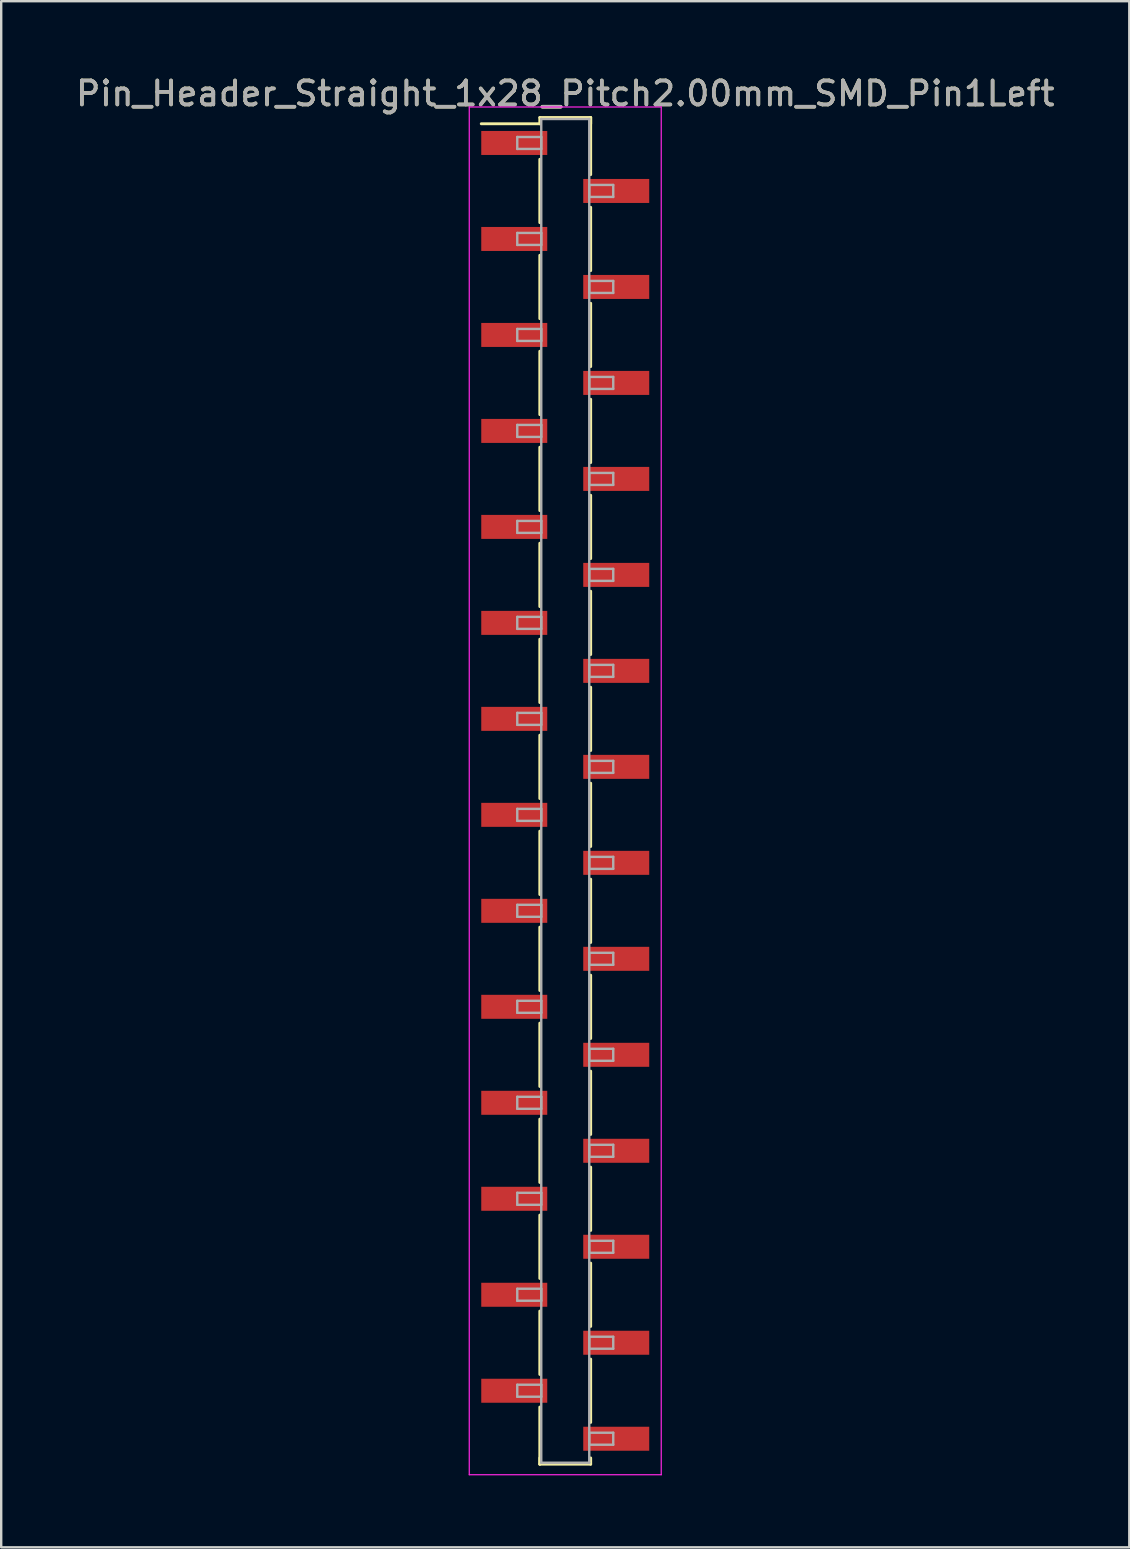
<source format=kicad_pcb>
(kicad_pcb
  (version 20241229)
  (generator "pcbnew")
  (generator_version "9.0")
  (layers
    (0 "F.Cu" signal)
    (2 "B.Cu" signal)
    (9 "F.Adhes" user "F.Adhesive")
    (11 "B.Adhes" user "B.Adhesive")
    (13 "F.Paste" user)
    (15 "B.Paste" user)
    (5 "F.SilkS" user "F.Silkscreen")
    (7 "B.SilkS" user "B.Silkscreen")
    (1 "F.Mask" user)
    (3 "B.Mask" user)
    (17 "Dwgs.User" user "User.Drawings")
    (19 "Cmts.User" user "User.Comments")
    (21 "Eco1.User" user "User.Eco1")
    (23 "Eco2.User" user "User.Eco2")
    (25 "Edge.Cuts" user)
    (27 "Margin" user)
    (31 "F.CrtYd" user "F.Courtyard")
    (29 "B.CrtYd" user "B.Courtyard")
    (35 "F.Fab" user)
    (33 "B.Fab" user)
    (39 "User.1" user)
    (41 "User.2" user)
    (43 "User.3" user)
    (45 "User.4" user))
  (footprint "Pin_Header_Straight_1x28_Pitch2.00mm_SMD_Pin1Left"
    (layer "F.Cu")
    (at 20.506 29.908)
    (property "Reference" "Pin_Header_Straight_1x28_Pitch2.00mm_SMD_Pin1Left" (at 0 -29.06 0) (layer "F.SilkS") (effects (font (size 1 1) (thickness 0.15))))
    (attr smd)
    (fp_line (start -1.06 -28.06) (end 1.06 -28.06) (stroke (width 0.12) (type solid)) (layer "F.SilkS"))
    (fp_line (start -1.06 -27.8) (end -3.5 -27.8) (stroke (width 0.12) (type solid)) (layer "F.SilkS"))
    (fp_line (start -1.06 -27.8) (end -1.06 -28.06) (stroke (width 0.12) (type solid)) (layer "F.SilkS"))
    (fp_line (start -1.06 -26.32) (end -1.06 -23.68) (stroke (width 0.12) (type solid)) (layer "F.SilkS"))
    (fp_line (start -1.06 -22.32) (end -1.06 -19.68) (stroke (width 0.12) (type solid)) (layer "F.SilkS"))
    (fp_line (start -1.06 -18.32) (end -1.06 -15.68) (stroke (width 0.12) (type solid)) (layer "F.SilkS"))
    (fp_line (start -1.06 -14.32) (end -1.06 -11.68) (stroke (width 0.12) (type solid)) (layer "F.SilkS"))
    (fp_line (start -1.06 -10.32) (end -1.06 -7.68) (stroke (width 0.12) (type solid)) (layer "F.SilkS"))
    (fp_line (start -1.06 -6.32) (end -1.06 -3.68) (stroke (width 0.12) (type solid)) (layer "F.SilkS"))
    (fp_line (start -1.06 -2.32) (end -1.06 0.32) (stroke (width 0.12) (type solid)) (layer "F.SilkS"))
    (fp_line (start -1.06 1.68) (end -1.06 4.32) (stroke (width 0.12) (type solid)) (layer "F.SilkS"))
    (fp_line (start -1.06 5.68) (end -1.06 8.32) (stroke (width 0.12) (type solid)) (layer "F.SilkS"))
    (fp_line (start -1.06 9.68) (end -1.06 12.32) (stroke (width 0.12) (type solid)) (layer "F.SilkS"))
    (fp_line (start -1.06 13.68) (end -1.06 16.32) (stroke (width 0.12) (type solid)) (layer "F.SilkS"))
    (fp_line (start -1.06 17.68) (end -1.06 20.32) (stroke (width 0.12) (type solid)) (layer "F.SilkS"))
    (fp_line (start -1.06 21.68) (end -1.06 24.32) (stroke (width 0.12) (type solid)) (layer "F.SilkS"))
    (fp_line (start -1.06 25.68) (end -1.06 28.06) (stroke (width 0.12) (type solid)) (layer "F.SilkS"))
    (fp_line (start -1.06 27.8) (end -1.06 28.06) (stroke (width 0.12) (type solid)) (layer "F.SilkS"))
    (fp_line (start -1.06 28.06) (end 1.06 28.06) (stroke (width 0.12) (type solid)) (layer "F.SilkS"))
    (fp_line (start 1.06 -28.06) (end 1.06 -27.8) (stroke (width 0.12) (type solid)) (layer "F.SilkS"))
    (fp_line (start 1.06 -28.06) (end 1.06 -25.68) (stroke (width 0.12) (type solid)) (layer "F.SilkS"))
    (fp_line (start 1.06 -24.32) (end 1.06 -21.68) (stroke (width 0.12) (type solid)) (layer "F.SilkS"))
    (fp_line (start 1.06 -20.32) (end 1.06 -17.68) (stroke (width 0.12) (type solid)) (layer "F.SilkS"))
    (fp_line (start 1.06 -16.32) (end 1.06 -13.68) (stroke (width 0.12) (type solid)) (layer "F.SilkS"))
    (fp_line (start 1.06 -12.32) (end 1.06 -9.68) (stroke (width 0.12) (type solid)) (layer "F.SilkS"))
    (fp_line (start 1.06 -8.32) (end 1.06 -5.68) (stroke (width 0.12) (type solid)) (layer "F.SilkS"))
    (fp_line (start 1.06 -4.32) (end 1.06 -1.68) (stroke (width 0.12) (type solid)) (layer "F.SilkS"))
    (fp_line (start 1.06 -0.32) (end 1.06 2.32) (stroke (width 0.12) (type solid)) (layer "F.SilkS"))
    (fp_line (start 1.06 3.68) (end 1.06 6.32) (stroke (width 0.12) (type solid)) (layer "F.SilkS"))
    (fp_line (start 1.06 7.68) (end 1.06 10.32) (stroke (width 0.12) (type solid)) (layer "F.SilkS"))
    (fp_line (start 1.06 11.68) (end 1.06 14.32) (stroke (width 0.12) (type solid)) (layer "F.SilkS"))
    (fp_line (start 1.06 15.68) (end 1.06 18.32) (stroke (width 0.12) (type solid)) (layer "F.SilkS"))
    (fp_line (start 1.06 19.68) (end 1.06 22.32) (stroke (width 0.12) (type solid)) (layer "F.SilkS"))
    (fp_line (start 1.06 23.68) (end 1.06 26.32) (stroke (width 0.12) (type solid)) (layer "F.SilkS"))
    (fp_line (start 1.06 28.06) (end 1.06 27.8) (stroke (width 0.12) (type solid)) (layer "F.SilkS"))
    (fp_line (start -4 -28.5) (end -4 28.5) (stroke (width 0.05) (type solid)) (layer "F.CrtYd"))
    (fp_line (start -4 28.5) (end 4 28.5) (stroke (width 0.05) (type solid)) (layer "F.CrtYd"))
    (fp_line (start 4 -28.5) (end -4 -28.5) (stroke (width 0.05) (type solid)) (layer "F.CrtYd"))
    (fp_line (start 4 28.5) (end 4 -28.5) (stroke (width 0.05) (type solid)) (layer "F.CrtYd"))
    (fp_line (start -2 -27.25) (end -1 -27.25) (stroke (width 0.1) (type solid)) (layer "F.Fab"))
    (fp_line (start -2 -26.75) (end -2 -27.25) (stroke (width 0.1) (type solid)) (layer "F.Fab"))
    (fp_line (start -2 -23.25) (end -1 -23.25) (stroke (width 0.1) (type solid)) (layer "F.Fab"))
    (fp_line (start -2 -22.75) (end -2 -23.25) (stroke (width 0.1) (type solid)) (layer "F.Fab"))
    (fp_line (start -2 -19.25) (end -1 -19.25) (stroke (width 0.1) (type solid)) (layer "F.Fab"))
    (fp_line (start -2 -18.75) (end -2 -19.25) (stroke (width 0.1) (type solid)) (layer "F.Fab"))
    (fp_line (start -2 -15.25) (end -1 -15.25) (stroke (width 0.1) (type solid)) (layer "F.Fab"))
    (fp_line (start -2 -14.75) (end -2 -15.25) (stroke (width 0.1) (type solid)) (layer "F.Fab"))
    (fp_line (start -2 -11.25) (end -1 -11.25) (stroke (width 0.1) (type solid)) (layer "F.Fab"))
    (fp_line (start -2 -10.75) (end -2 -11.25) (stroke (width 0.1) (type solid)) (layer "F.Fab"))
    (fp_line (start -2 -7.25) (end -1 -7.25) (stroke (width 0.1) (type solid)) (layer "F.Fab"))
    (fp_line (start -2 -6.75) (end -2 -7.25) (stroke (width 0.1) (type solid)) (layer "F.Fab"))
    (fp_line (start -2 -3.25) (end -1 -3.25) (stroke (width 0.1) (type solid)) (layer "F.Fab"))
    (fp_line (start -2 -2.75) (end -2 -3.25) (stroke (width 0.1) (type solid)) (layer "F.Fab"))
    (fp_line (start -2 0.75) (end -1 0.75) (stroke (width 0.1) (type solid)) (layer "F.Fab"))
    (fp_line (start -2 1.25) (end -2 0.75) (stroke (width 0.1) (type solid)) (layer "F.Fab"))
    (fp_line (start -2 4.75) (end -1 4.75) (stroke (width 0.1) (type solid)) (layer "F.Fab"))
    (fp_line (start -2 5.25) (end -2 4.75) (stroke (width 0.1) (type solid)) (layer "F.Fab"))
    (fp_line (start -2 8.75) (end -1 8.75) (stroke (width 0.1) (type solid)) (layer "F.Fab"))
    (fp_line (start -2 9.25) (end -2 8.75) (stroke (width 0.1) (type solid)) (layer "F.Fab"))
    (fp_line (start -2 12.75) (end -1 12.75) (stroke (width 0.1) (type solid)) (layer "F.Fab"))
    (fp_line (start -2 13.25) (end -2 12.75) (stroke (width 0.1) (type solid)) (layer "F.Fab"))
    (fp_line (start -2 16.75) (end -1 16.75) (stroke (width 0.1) (type solid)) (layer "F.Fab"))
    (fp_line (start -2 17.25) (end -2 16.75) (stroke (width 0.1) (type solid)) (layer "F.Fab"))
    (fp_line (start -2 20.75) (end -1 20.75) (stroke (width 0.1) (type solid)) (layer "F.Fab"))
    (fp_line (start -2 21.25) (end -2 20.75) (stroke (width 0.1) (type solid)) (layer "F.Fab"))
    (fp_line (start -2 24.75) (end -1 24.75) (stroke (width 0.1) (type solid)) (layer "F.Fab"))
    (fp_line (start -2 25.25) (end -2 24.75) (stroke (width 0.1) (type solid)) (layer "F.Fab"))
    (fp_line (start -1 -28) (end -1 28) (stroke (width 0.1) (type solid)) (layer "F.Fab"))
    (fp_line (start -1 -27.25) (end -1 -26.75) (stroke (width 0.1) (type solid)) (layer "F.Fab"))
    (fp_line (start -1 -26.75) (end -2 -26.75) (stroke (width 0.1) (type solid)) (layer "F.Fab"))
    (fp_line (start -1 -23.25) (end -1 -22.75) (stroke (width 0.1) (type solid)) (layer "F.Fab"))
    (fp_line (start -1 -22.75) (end -2 -22.75) (stroke (width 0.1) (type solid)) (layer "F.Fab"))
    (fp_line (start -1 -19.25) (end -1 -18.75) (stroke (width 0.1) (type solid)) (layer "F.Fab"))
    (fp_line (start -1 -18.75) (end -2 -18.75) (stroke (width 0.1) (type solid)) (layer "F.Fab"))
    (fp_line (start -1 -15.25) (end -1 -14.75) (stroke (width 0.1) (type solid)) (layer "F.Fab"))
    (fp_line (start -1 -14.75) (end -2 -14.75) (stroke (width 0.1) (type solid)) (layer "F.Fab"))
    (fp_line (start -1 -11.25) (end -1 -10.75) (stroke (width 0.1) (type solid)) (layer "F.Fab"))
    (fp_line (start -1 -10.75) (end -2 -10.75) (stroke (width 0.1) (type solid)) (layer "F.Fab"))
    (fp_line (start -1 -7.25) (end -1 -6.75) (stroke (width 0.1) (type solid)) (layer "F.Fab"))
    (fp_line (start -1 -6.75) (end -2 -6.75) (stroke (width 0.1) (type solid)) (layer "F.Fab"))
    (fp_line (start -1 -3.25) (end -1 -2.75) (stroke (width 0.1) (type solid)) (layer "F.Fab"))
    (fp_line (start -1 -2.75) (end -2 -2.75) (stroke (width 0.1) (type solid)) (layer "F.Fab"))
    (fp_line (start -1 0.75) (end -1 1.25) (stroke (width 0.1) (type solid)) (layer "F.Fab"))
    (fp_line (start -1 1.25) (end -2 1.25) (stroke (width 0.1) (type solid)) (layer "F.Fab"))
    (fp_line (start -1 4.75) (end -1 5.25) (stroke (width 0.1) (type solid)) (layer "F.Fab"))
    (fp_line (start -1 5.25) (end -2 5.25) (stroke (width 0.1) (type solid)) (layer "F.Fab"))
    (fp_line (start -1 8.75) (end -1 9.25) (stroke (width 0.1) (type solid)) (layer "F.Fab"))
    (fp_line (start -1 9.25) (end -2 9.25) (stroke (width 0.1) (type solid)) (layer "F.Fab"))
    (fp_line (start -1 12.75) (end -1 13.25) (stroke (width 0.1) (type solid)) (layer "F.Fab"))
    (fp_line (start -1 13.25) (end -2 13.25) (stroke (width 0.1) (type solid)) (layer "F.Fab"))
    (fp_line (start -1 16.75) (end -1 17.25) (stroke (width 0.1) (type solid)) (layer "F.Fab"))
    (fp_line (start -1 17.25) (end -2 17.25) (stroke (width 0.1) (type solid)) (layer "F.Fab"))
    (fp_line (start -1 20.75) (end -1 21.25) (stroke (width 0.1) (type solid)) (layer "F.Fab"))
    (fp_line (start -1 21.25) (end -2 21.25) (stroke (width 0.1) (type solid)) (layer "F.Fab"))
    (fp_line (start -1 24.75) (end -1 25.25) (stroke (width 0.1) (type solid)) (layer "F.Fab"))
    (fp_line (start -1 25.25) (end -2 25.25) (stroke (width 0.1) (type solid)) (layer "F.Fab"))
    (fp_line (start -1 28) (end 1 28) (stroke (width 0.1) (type solid)) (layer "F.Fab"))
    (fp_line (start 1 -28) (end -1 -28) (stroke (width 0.1) (type solid)) (layer "F.Fab"))
    (fp_line (start 1 -25.25) (end 1 -24.75) (stroke (width 0.1) (type solid)) (layer "F.Fab"))
    (fp_line (start 1 -24.75) (end 2 -24.75) (stroke (width 0.1) (type solid)) (layer "F.Fab"))
    (fp_line (start 1 -21.25) (end 1 -20.75) (stroke (width 0.1) (type solid)) (layer "F.Fab"))
    (fp_line (start 1 -20.75) (end 2 -20.75) (stroke (width 0.1) (type solid)) (layer "F.Fab"))
    (fp_line (start 1 -17.25) (end 1 -16.75) (stroke (width 0.1) (type solid)) (layer "F.Fab"))
    (fp_line (start 1 -16.75) (end 2 -16.75) (stroke (width 0.1) (type solid)) (layer "F.Fab"))
    (fp_line (start 1 -13.25) (end 1 -12.75) (stroke (width 0.1) (type solid)) (layer "F.Fab"))
    (fp_line (start 1 -12.75) (end 2 -12.75) (stroke (width 0.1) (type solid)) (layer "F.Fab"))
    (fp_line (start 1 -9.25) (end 1 -8.75) (stroke (width 0.1) (type solid)) (layer "F.Fab"))
    (fp_line (start 1 -8.75) (end 2 -8.75) (stroke (width 0.1) (type solid)) (layer "F.Fab"))
    (fp_line (start 1 -5.25) (end 1 -4.75) (stroke (width 0.1) (type solid)) (layer "F.Fab"))
    (fp_line (start 1 -4.75) (end 2 -4.75) (stroke (width 0.1) (type solid)) (layer "F.Fab"))
    (fp_line (start 1 -1.25) (end 1 -0.75) (stroke (width 0.1) (type solid)) (layer "F.Fab"))
    (fp_line (start 1 -0.75) (end 2 -0.75) (stroke (width 0.1) (type solid)) (layer "F.Fab"))
    (fp_line (start 1 2.75) (end 1 3.25) (stroke (width 0.1) (type solid)) (layer "F.Fab"))
    (fp_line (start 1 3.25) (end 2 3.25) (stroke (width 0.1) (type solid)) (layer "F.Fab"))
    (fp_line (start 1 6.75) (end 1 7.25) (stroke (width 0.1) (type solid)) (layer "F.Fab"))
    (fp_line (start 1 7.25) (end 2 7.25) (stroke (width 0.1) (type solid)) (layer "F.Fab"))
    (fp_line (start 1 10.75) (end 1 11.25) (stroke (width 0.1) (type solid)) (layer "F.Fab"))
    (fp_line (start 1 11.25) (end 2 11.25) (stroke (width 0.1) (type solid)) (layer "F.Fab"))
    (fp_line (start 1 14.75) (end 1 15.25) (stroke (width 0.1) (type solid)) (layer "F.Fab"))
    (fp_line (start 1 15.25) (end 2 15.25) (stroke (width 0.1) (type solid)) (layer "F.Fab"))
    (fp_line (start 1 18.75) (end 1 19.25) (stroke (width 0.1) (type solid)) (layer "F.Fab"))
    (fp_line (start 1 19.25) (end 2 19.25) (stroke (width 0.1) (type solid)) (layer "F.Fab"))
    (fp_line (start 1 22.75) (end 1 23.25) (stroke (width 0.1) (type solid)) (layer "F.Fab"))
    (fp_line (start 1 23.25) (end 2 23.25) (stroke (width 0.1) (type solid)) (layer "F.Fab"))
    (fp_line (start 1 26.75) (end 1 27.25) (stroke (width 0.1) (type solid)) (layer "F.Fab"))
    (fp_line (start 1 27.25) (end 2 27.25) (stroke (width 0.1) (type solid)) (layer "F.Fab"))
    (fp_line (start 1 28) (end 1 -28) (stroke (width 0.1) (type solid)) (layer "F.Fab"))
    (fp_line (start 2 -25.25) (end 1 -25.25) (stroke (width 0.1) (type solid)) (layer "F.Fab"))
    (fp_line (start 2 -24.75) (end 2 -25.25) (stroke (width 0.1) (type solid)) (layer "F.Fab"))
    (fp_line (start 2 -21.25) (end 1 -21.25) (stroke (width 0.1) (type solid)) (layer "F.Fab"))
    (fp_line (start 2 -20.75) (end 2 -21.25) (stroke (width 0.1) (type solid)) (layer "F.Fab"))
    (fp_line (start 2 -17.25) (end 1 -17.25) (stroke (width 0.1) (type solid)) (layer "F.Fab"))
    (fp_line (start 2 -16.75) (end 2 -17.25) (stroke (width 0.1) (type solid)) (layer "F.Fab"))
    (fp_line (start 2 -13.25) (end 1 -13.25) (stroke (width 0.1) (type solid)) (layer "F.Fab"))
    (fp_line (start 2 -12.75) (end 2 -13.25) (stroke (width 0.1) (type solid)) (layer "F.Fab"))
    (fp_line (start 2 -9.25) (end 1 -9.25) (stroke (width 0.1) (type solid)) (layer "F.Fab"))
    (fp_line (start 2 -8.75) (end 2 -9.25) (stroke (width 0.1) (type solid)) (layer "F.Fab"))
    (fp_line (start 2 -5.25) (end 1 -5.25) (stroke (width 0.1) (type solid)) (layer "F.Fab"))
    (fp_line (start 2 -4.75) (end 2 -5.25) (stroke (width 0.1) (type solid)) (layer "F.Fab"))
    (fp_line (start 2 -1.25) (end 1 -1.25) (stroke (width 0.1) (type solid)) (layer "F.Fab"))
    (fp_line (start 2 -0.75) (end 2 -1.25) (stroke (width 0.1) (type solid)) (layer "F.Fab"))
    (fp_line (start 2 2.75) (end 1 2.75) (stroke (width 0.1) (type solid)) (layer "F.Fab"))
    (fp_line (start 2 3.25) (end 2 2.75) (stroke (width 0.1) (type solid)) (layer "F.Fab"))
    (fp_line (start 2 6.75) (end 1 6.75) (stroke (width 0.1) (type solid)) (layer "F.Fab"))
    (fp_line (start 2 7.25) (end 2 6.75) (stroke (width 0.1) (type solid)) (layer "F.Fab"))
    (fp_line (start 2 10.75) (end 1 10.75) (stroke (width 0.1) (type solid)) (layer "F.Fab"))
    (fp_line (start 2 11.25) (end 2 10.75) (stroke (width 0.1) (type solid)) (layer "F.Fab"))
    (fp_line (start 2 14.75) (end 1 14.75) (stroke (width 0.1) (type solid)) (layer "F.Fab"))
    (fp_line (start 2 15.25) (end 2 14.75) (stroke (width 0.1) (type solid)) (layer "F.Fab"))
    (fp_line (start 2 18.75) (end 1 18.75) (stroke (width 0.1) (type solid)) (layer "F.Fab"))
    (fp_line (start 2 19.25) (end 2 18.75) (stroke (width 0.1) (type solid)) (layer "F.Fab"))
    (fp_line (start 2 22.75) (end 1 22.75) (stroke (width 0.1) (type solid)) (layer "F.Fab"))
    (fp_line (start 2 23.25) (end 2 22.75) (stroke (width 0.1) (type solid)) (layer "F.Fab"))
    (fp_line (start 2 26.75) (end 1 26.75) (stroke (width 0.1) (type solid)) (layer "F.Fab"))
    (fp_line (start 2 27.25) (end 2 26.75) (stroke (width 0.1) (type solid)) (layer "F.Fab"))
    (fp_text user "${REFERENCE}" (at 0 -29.06 0) (layer "F.Fab") (effects (font (size 1 1) (thickness 0.15))))
    (pad "1" smd rect (at -2.125 -27) (size 2.75 1) (layers "F.Cu" "F.Mask" "F.Paste"))
    (pad "2" smd rect (at 2.125 -25) (size 2.75 1) (layers "F.Cu" "F.Mask" "F.Paste"))
    (pad "3" smd rect (at -2.125 -23) (size 2.75 1) (layers "F.Cu" "F.Mask" "F.Paste"))
    (pad "4" smd rect (at 2.125 -21) (size 2.75 1) (layers "F.Cu" "F.Mask" "F.Paste"))
    (pad "5" smd rect (at -2.125 -19) (size 2.75 1) (layers "F.Cu" "F.Mask" "F.Paste"))
    (pad "6" smd rect (at 2.125 -17) (size 2.75 1) (layers "F.Cu" "F.Mask" "F.Paste"))
    (pad "7" smd rect (at -2.125 -15) (size 2.75 1) (layers "F.Cu" "F.Mask" "F.Paste"))
    (pad "8" smd rect (at 2.125 -13) (size 2.75 1) (layers "F.Cu" "F.Mask" "F.Paste"))
    (pad "9" smd rect (at -2.125 -11) (size 2.75 1) (layers "F.Cu" "F.Mask" "F.Paste"))
    (pad "10" smd rect (at 2.125 -9) (size 2.75 1) (layers "F.Cu" "F.Mask" "F.Paste"))
    (pad "11" smd rect (at -2.125 -7) (size 2.75 1) (layers "F.Cu" "F.Mask" "F.Paste"))
    (pad "12" smd rect (at 2.125 -5) (size 2.75 1) (layers "F.Cu" "F.Mask" "F.Paste"))
    (pad "13" smd rect (at -2.125 -3) (size 2.75 1) (layers "F.Cu" "F.Mask" "F.Paste"))
    (pad "14" smd rect (at 2.125 -1) (size 2.75 1) (layers "F.Cu" "F.Mask" "F.Paste"))
    (pad "15" smd rect (at -2.125 1) (size 2.75 1) (layers "F.Cu" "F.Mask" "F.Paste"))
    (pad "16" smd rect (at 2.125 3) (size 2.75 1) (layers "F.Cu" "F.Mask" "F.Paste"))
    (pad "17" smd rect (at -2.125 5) (size 2.75 1) (layers "F.Cu" "F.Mask" "F.Paste"))
    (pad "18" smd rect (at 2.125 7) (size 2.75 1) (layers "F.Cu" "F.Mask" "F.Paste"))
    (pad "19" smd rect (at -2.125 9) (size 2.75 1) (layers "F.Cu" "F.Mask" "F.Paste"))
    (pad "20" smd rect (at 2.125 11) (size 2.75 1) (layers "F.Cu" "F.Mask" "F.Paste"))
    (pad "21" smd rect (at -2.125 13) (size 2.75 1) (layers "F.Cu" "F.Mask" "F.Paste"))
    (pad "22" smd rect (at 2.125 15) (size 2.75 1) (layers "F.Cu" "F.Mask" "F.Paste"))
    (pad "23" smd rect (at -2.125 17) (size 2.75 1) (layers "F.Cu" "F.Mask" "F.Paste"))
    (pad "24" smd rect (at 2.125 19) (size 2.75 1) (layers "F.Cu" "F.Mask" "F.Paste"))
    (pad "25" smd rect (at -2.125 21) (size 2.75 1) (layers "F.Cu" "F.Mask" "F.Paste"))
    (pad "26" smd rect (at 2.125 23) (size 2.75 1) (layers "F.Cu" "F.Mask" "F.Paste"))
    (pad "27" smd rect (at -2.125 25) (size 2.75 1) (layers "F.Cu" "F.Mask" "F.Paste"))
    (pad "28" smd rect (at 2.125 27) (size 2.75 1) (layers "F.Cu" "F.Mask" "F.Paste")))
  (gr_rect
    (start -3 -3)
    (end 44.012 61.433)
    (stroke (width 0.1) (type default))
    (fill no)
    (layer "Edge.Cuts")))
</source>
